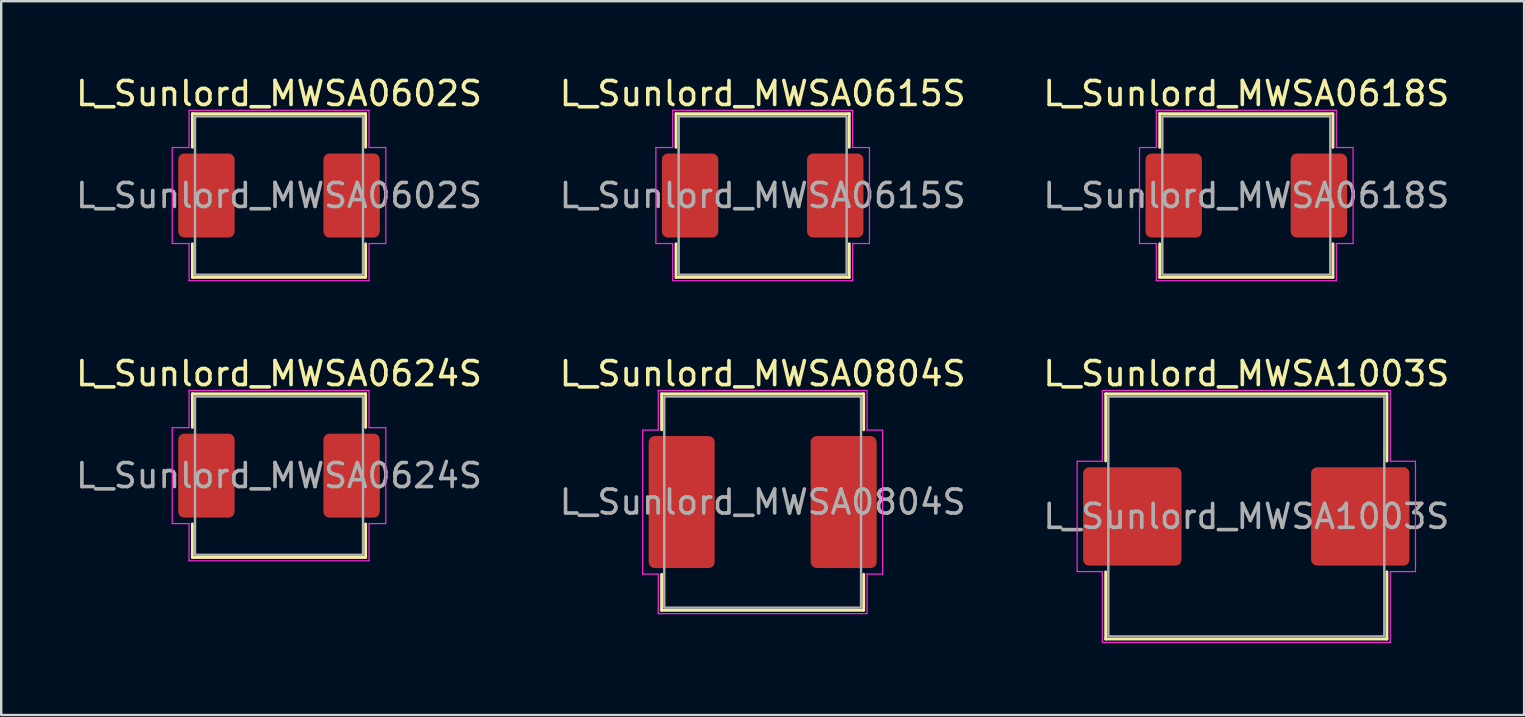
<source format=kicad_pcb>
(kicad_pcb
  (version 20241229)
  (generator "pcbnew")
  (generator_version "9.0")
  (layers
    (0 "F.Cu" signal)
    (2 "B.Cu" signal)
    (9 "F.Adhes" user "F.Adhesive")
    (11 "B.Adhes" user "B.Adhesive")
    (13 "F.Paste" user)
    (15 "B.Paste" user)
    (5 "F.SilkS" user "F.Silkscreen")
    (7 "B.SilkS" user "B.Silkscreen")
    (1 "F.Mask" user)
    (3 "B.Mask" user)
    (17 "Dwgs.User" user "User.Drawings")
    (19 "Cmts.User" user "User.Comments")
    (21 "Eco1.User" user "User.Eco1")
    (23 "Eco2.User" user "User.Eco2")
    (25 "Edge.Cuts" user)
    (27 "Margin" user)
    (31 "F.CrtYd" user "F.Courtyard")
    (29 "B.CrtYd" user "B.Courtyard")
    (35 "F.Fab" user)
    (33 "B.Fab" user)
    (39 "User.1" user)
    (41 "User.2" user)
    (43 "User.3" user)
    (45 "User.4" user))
  (footprint "L_Sunlord_MWSA0602S"
    (layer "F.Cu")
    (at 8.577 5.098)
    (property "Reference" "L_Sunlord_MWSA0602S" (at 0 -4.25 0) (layer "F.SilkS") (effects (font (size 1 1) (thickness 0.15))))
    (attr smd)
    (fp_line (start -3.61 -3.41) (end 3.61 -3.41) (stroke (width 0.12) (type solid)) (layer "F.SilkS"))
    (fp_line (start -3.61 -2.01) (end -3.61 -3.41) (stroke (width 0.12) (type solid)) (layer "F.SilkS"))
    (fp_line (start -3.61 3.41) (end -3.61 2.01) (stroke (width 0.12) (type solid)) (layer "F.SilkS"))
    (fp_line (start 3.61 -3.41) (end 3.61 -2.01) (stroke (width 0.12) (type solid)) (layer "F.SilkS"))
    (fp_line (start 3.61 2.01) (end 3.61 3.41) (stroke (width 0.12) (type solid)) (layer "F.SilkS"))
    (fp_line (start 3.61 3.41) (end -3.61 3.41) (stroke (width 0.12) (type solid)) (layer "F.SilkS"))
    (fp_line (start -4.45 -2) (end -3.75 -2) (stroke (width 0.05) (type solid)) (layer "F.CrtYd"))
    (fp_line (start -4.45 2) (end -4.45 -2) (stroke (width 0.05) (type solid)) (layer "F.CrtYd"))
    (fp_line (start -3.75 -3.55) (end 3.75 -3.55) (stroke (width 0.05) (type solid)) (layer "F.CrtYd"))
    (fp_line (start -3.75 -2) (end -3.75 -3.55) (stroke (width 0.05) (type solid)) (layer "F.CrtYd"))
    (fp_line (start -3.75 2) (end -4.45 2) (stroke (width 0.05) (type solid)) (layer "F.CrtYd"))
    (fp_line (start -3.75 3.55) (end -3.75 2) (stroke (width 0.05) (type solid)) (layer "F.CrtYd"))
    (fp_line (start 3.75 -3.55) (end 3.75 -2) (stroke (width 0.05) (type solid)) (layer "F.CrtYd"))
    (fp_line (start 3.75 -2) (end 4.45 -2) (stroke (width 0.05) (type solid)) (layer "F.CrtYd"))
    (fp_line (start 3.75 2) (end 3.75 3.55) (stroke (width 0.05) (type solid)) (layer "F.CrtYd"))
    (fp_line (start 3.75 3.55) (end -3.75 3.55) (stroke (width 0.05) (type solid)) (layer "F.CrtYd"))
    (fp_line (start 4.45 -2) (end 4.45 2) (stroke (width 0.05) (type solid)) (layer "F.CrtYd"))
    (fp_line (start 4.45 2) (end 3.75 2) (stroke (width 0.05) (type solid)) (layer "F.CrtYd"))
    (fp_rect (start -3.5 -3.3) (end 3.5 3.3) (stroke (width 0.1) (type solid)) (fill no) (layer "F.Fab"))
    (fp_text user "${REFERENCE}" (at 0 0 0) (layer "F.Fab") (effects (font (size 1 1) (thickness 0.15))))
    (pad "1" smd roundrect (at -3.025 0) (size 2.35 3.5) (layers "F.Cu" "F.Mask" "F.Paste") (roundrect_rratio 0.106))
    (pad "2" smd roundrect (at 3.025 0) (size 2.35 3.5) (layers "F.Cu" "F.Mask" "F.Paste") (roundrect_rratio 0.106)))
  (footprint "L_Sunlord_MWSA0804S"
    (layer "F.Cu")
    (at 28.732 17.872)
    (property "Reference" "L_Sunlord_MWSA0804S" (at 0 -5.35 0) (layer "F.SilkS") (effects (font (size 1 1) (thickness 0.15))))
    (attr smd)
    (fp_line (start -4.21 -4.51) (end 4.21 -4.51) (stroke (width 0.12) (type solid)) (layer "F.SilkS"))
    (fp_line (start -4.21 -3.01) (end -4.21 -4.51) (stroke (width 0.12) (type solid)) (layer "F.SilkS"))
    (fp_line (start -4.21 4.51) (end -4.21 3.01) (stroke (width 0.12) (type solid)) (layer "F.SilkS"))
    (fp_line (start 4.21 -4.51) (end 4.21 -3.01) (stroke (width 0.12) (type solid)) (layer "F.SilkS"))
    (fp_line (start 4.21 3.01) (end 4.21 4.51) (stroke (width 0.12) (type solid)) (layer "F.SilkS"))
    (fp_line (start 4.21 4.51) (end -4.21 4.51) (stroke (width 0.12) (type solid)) (layer "F.SilkS"))
    (fp_line (start -5 -3) (end -4.35 -3) (stroke (width 0.05) (type solid)) (layer "F.CrtYd"))
    (fp_line (start -5 3) (end -5 -3) (stroke (width 0.05) (type solid)) (layer "F.CrtYd"))
    (fp_line (start -4.35 -4.65) (end 4.35 -4.65) (stroke (width 0.05) (type solid)) (layer "F.CrtYd"))
    (fp_line (start -4.35 -3) (end -4.35 -4.65) (stroke (width 0.05) (type solid)) (layer "F.CrtYd"))
    (fp_line (start -4.35 3) (end -5 3) (stroke (width 0.05) (type solid)) (layer "F.CrtYd"))
    (fp_line (start -4.35 4.65) (end -4.35 3) (stroke (width 0.05) (type solid)) (layer "F.CrtYd"))
    (fp_line (start 4.35 -4.65) (end 4.35 -3) (stroke (width 0.05) (type solid)) (layer "F.CrtYd"))
    (fp_line (start 4.35 -3) (end 5 -3) (stroke (width 0.05) (type solid)) (layer "F.CrtYd"))
    (fp_line (start 4.35 3) (end 4.35 4.65) (stroke (width 0.05) (type solid)) (layer "F.CrtYd"))
    (fp_line (start 4.35 4.65) (end -4.35 4.65) (stroke (width 0.05) (type solid)) (layer "F.CrtYd"))
    (fp_line (start 5 -3) (end 5 3) (stroke (width 0.05) (type solid)) (layer "F.CrtYd"))
    (fp_line (start 5 3) (end 4.35 3) (stroke (width 0.05) (type solid)) (layer "F.CrtYd"))
    (fp_rect (start -4.1 -4.4) (end 4.1 4.4) (stroke (width 0.1) (type solid)) (fill no) (layer "F.Fab"))
    (fp_text user "${REFERENCE}" (at 0 0 0) (layer "F.Fab") (effects (font (size 1 1) (thickness 0.15))))
    (pad "1" smd roundrect (at -3.375 0) (size 2.75 5.5) (layers "F.Cu" "F.Mask" "F.Paste") (roundrect_rratio 0.091))
    (pad "2" smd roundrect (at 3.375 0) (size 2.75 5.5) (layers "F.Cu" "F.Mask" "F.Paste") (roundrect_rratio 0.091)))
  (footprint "L_Sunlord_MWSA0618S"
    (layer "F.Cu")
    (at 48.887 5.098)
    (property "Reference" "L_Sunlord_MWSA0618S" (at 0 -4.25 0) (layer "F.SilkS") (effects (font (size 1 1) (thickness 0.15))))
    (attr smd)
    (fp_line (start -3.61 -3.41) (end 3.61 -3.41) (stroke (width 0.12) (type solid)) (layer "F.SilkS"))
    (fp_line (start -3.61 -2.01) (end -3.61 -3.41) (stroke (width 0.12) (type solid)) (layer "F.SilkS"))
    (fp_line (start -3.61 3.41) (end -3.61 2.01) (stroke (width 0.12) (type solid)) (layer "F.SilkS"))
    (fp_line (start 3.61 -3.41) (end 3.61 -2.01) (stroke (width 0.12) (type solid)) (layer "F.SilkS"))
    (fp_line (start 3.61 2.01) (end 3.61 3.41) (stroke (width 0.12) (type solid)) (layer "F.SilkS"))
    (fp_line (start 3.61 3.41) (end -3.61 3.41) (stroke (width 0.12) (type solid)) (layer "F.SilkS"))
    (fp_line (start -4.45 -2) (end -3.75 -2) (stroke (width 0.05) (type solid)) (layer "F.CrtYd"))
    (fp_line (start -4.45 2) (end -4.45 -2) (stroke (width 0.05) (type solid)) (layer "F.CrtYd"))
    (fp_line (start -3.75 -3.55) (end 3.75 -3.55) (stroke (width 0.05) (type solid)) (layer "F.CrtYd"))
    (fp_line (start -3.75 -2) (end -3.75 -3.55) (stroke (width 0.05) (type solid)) (layer "F.CrtYd"))
    (fp_line (start -3.75 2) (end -4.45 2) (stroke (width 0.05) (type solid)) (layer "F.CrtYd"))
    (fp_line (start -3.75 3.55) (end -3.75 2) (stroke (width 0.05) (type solid)) (layer "F.CrtYd"))
    (fp_line (start 3.75 -3.55) (end 3.75 -2) (stroke (width 0.05) (type solid)) (layer "F.CrtYd"))
    (fp_line (start 3.75 -2) (end 4.45 -2) (stroke (width 0.05) (type solid)) (layer "F.CrtYd"))
    (fp_line (start 3.75 2) (end 3.75 3.55) (stroke (width 0.05) (type solid)) (layer "F.CrtYd"))
    (fp_line (start 3.75 3.55) (end -3.75 3.55) (stroke (width 0.05) (type solid)) (layer "F.CrtYd"))
    (fp_line (start 4.45 -2) (end 4.45 2) (stroke (width 0.05) (type solid)) (layer "F.CrtYd"))
    (fp_line (start 4.45 2) (end 3.75 2) (stroke (width 0.05) (type solid)) (layer "F.CrtYd"))
    (fp_rect (start -3.5 -3.3) (end 3.5 3.3) (stroke (width 0.1) (type solid)) (fill no) (layer "F.Fab"))
    (fp_text user "${REFERENCE}" (at 0 0 0) (layer "F.Fab") (effects (font (size 1 1) (thickness 0.15))))
    (pad "1" smd roundrect (at -3.025 0) (size 2.35 3.5) (layers "F.Cu" "F.Mask" "F.Paste") (roundrect_rratio 0.106))
    (pad "2" smd roundrect (at 3.025 0) (size 2.35 3.5) (layers "F.Cu" "F.Mask" "F.Paste") (roundrect_rratio 0.106)))
  (footprint "L_Sunlord_MWSA0615S"
    (layer "F.Cu")
    (at 28.732 5.098)
    (property "Reference" "L_Sunlord_MWSA0615S" (at 0 -4.25 0) (layer "F.SilkS") (effects (font (size 1 1) (thickness 0.15))))
    (attr smd)
    (fp_line (start -3.61 -3.41) (end 3.61 -3.41) (stroke (width 0.12) (type solid)) (layer "F.SilkS"))
    (fp_line (start -3.61 -2.01) (end -3.61 -3.41) (stroke (width 0.12) (type solid)) (layer "F.SilkS"))
    (fp_line (start -3.61 3.41) (end -3.61 2.01) (stroke (width 0.12) (type solid)) (layer "F.SilkS"))
    (fp_line (start 3.61 -3.41) (end 3.61 -2.01) (stroke (width 0.12) (type solid)) (layer "F.SilkS"))
    (fp_line (start 3.61 2.01) (end 3.61 3.41) (stroke (width 0.12) (type solid)) (layer "F.SilkS"))
    (fp_line (start 3.61 3.41) (end -3.61 3.41) (stroke (width 0.12) (type solid)) (layer "F.SilkS"))
    (fp_line (start -4.45 -2) (end -3.75 -2) (stroke (width 0.05) (type solid)) (layer "F.CrtYd"))
    (fp_line (start -4.45 2) (end -4.45 -2) (stroke (width 0.05) (type solid)) (layer "F.CrtYd"))
    (fp_line (start -3.75 -3.55) (end 3.75 -3.55) (stroke (width 0.05) (type solid)) (layer "F.CrtYd"))
    (fp_line (start -3.75 -2) (end -3.75 -3.55) (stroke (width 0.05) (type solid)) (layer "F.CrtYd"))
    (fp_line (start -3.75 2) (end -4.45 2) (stroke (width 0.05) (type solid)) (layer "F.CrtYd"))
    (fp_line (start -3.75 3.55) (end -3.75 2) (stroke (width 0.05) (type solid)) (layer "F.CrtYd"))
    (fp_line (start 3.75 -3.55) (end 3.75 -2) (stroke (width 0.05) (type solid)) (layer "F.CrtYd"))
    (fp_line (start 3.75 -2) (end 4.45 -2) (stroke (width 0.05) (type solid)) (layer "F.CrtYd"))
    (fp_line (start 3.75 2) (end 3.75 3.55) (stroke (width 0.05) (type solid)) (layer "F.CrtYd"))
    (fp_line (start 3.75 3.55) (end -3.75 3.55) (stroke (width 0.05) (type solid)) (layer "F.CrtYd"))
    (fp_line (start 4.45 -2) (end 4.45 2) (stroke (width 0.05) (type solid)) (layer "F.CrtYd"))
    (fp_line (start 4.45 2) (end 3.75 2) (stroke (width 0.05) (type solid)) (layer "F.CrtYd"))
    (fp_rect (start -3.5 -3.3) (end 3.5 3.3) (stroke (width 0.1) (type solid)) (fill no) (layer "F.Fab"))
    (fp_text user "${REFERENCE}" (at 0 0 0) (layer "F.Fab") (effects (font (size 1 1) (thickness 0.15))))
    (pad "1" smd roundrect (at -3.025 0) (size 2.35 3.5) (layers "F.Cu" "F.Mask" "F.Paste") (roundrect_rratio 0.106))
    (pad "2" smd roundrect (at 3.025 0) (size 2.35 3.5) (layers "F.Cu" "F.Mask" "F.Paste") (roundrect_rratio 0.106)))
  (footprint "L_Sunlord_MWSA0624S"
    (layer "F.Cu")
    (at 8.577 16.771)
    (property "Reference" "L_Sunlord_MWSA0624S" (at 0 -4.25 0) (layer "F.SilkS") (effects (font (size 1 1) (thickness 0.15))))
    (attr smd)
    (fp_line (start -3.61 -3.41) (end 3.61 -3.41) (stroke (width 0.12) (type solid)) (layer "F.SilkS"))
    (fp_line (start -3.61 -2.01) (end -3.61 -3.41) (stroke (width 0.12) (type solid)) (layer "F.SilkS"))
    (fp_line (start -3.61 3.41) (end -3.61 2.01) (stroke (width 0.12) (type solid)) (layer "F.SilkS"))
    (fp_line (start 3.61 -3.41) (end 3.61 -2.01) (stroke (width 0.12) (type solid)) (layer "F.SilkS"))
    (fp_line (start 3.61 2.01) (end 3.61 3.41) (stroke (width 0.12) (type solid)) (layer "F.SilkS"))
    (fp_line (start 3.61 3.41) (end -3.61 3.41) (stroke (width 0.12) (type solid)) (layer "F.SilkS"))
    (fp_line (start -4.45 -2) (end -3.75 -2) (stroke (width 0.05) (type solid)) (layer "F.CrtYd"))
    (fp_line (start -4.45 2) (end -4.45 -2) (stroke (width 0.05) (type solid)) (layer "F.CrtYd"))
    (fp_line (start -3.75 -3.55) (end 3.75 -3.55) (stroke (width 0.05) (type solid)) (layer "F.CrtYd"))
    (fp_line (start -3.75 -2) (end -3.75 -3.55) (stroke (width 0.05) (type solid)) (layer "F.CrtYd"))
    (fp_line (start -3.75 2) (end -4.45 2) (stroke (width 0.05) (type solid)) (layer "F.CrtYd"))
    (fp_line (start -3.75 3.55) (end -3.75 2) (stroke (width 0.05) (type solid)) (layer "F.CrtYd"))
    (fp_line (start 3.75 -3.55) (end 3.75 -2) (stroke (width 0.05) (type solid)) (layer "F.CrtYd"))
    (fp_line (start 3.75 -2) (end 4.45 -2) (stroke (width 0.05) (type solid)) (layer "F.CrtYd"))
    (fp_line (start 3.75 2) (end 3.75 3.55) (stroke (width 0.05) (type solid)) (layer "F.CrtYd"))
    (fp_line (start 3.75 3.55) (end -3.75 3.55) (stroke (width 0.05) (type solid)) (layer "F.CrtYd"))
    (fp_line (start 4.45 -2) (end 4.45 2) (stroke (width 0.05) (type solid)) (layer "F.CrtYd"))
    (fp_line (start 4.45 2) (end 3.75 2) (stroke (width 0.05) (type solid)) (layer "F.CrtYd"))
    (fp_rect (start -3.5 -3.3) (end 3.5 3.3) (stroke (width 0.1) (type solid)) (fill no) (layer "F.Fab"))
    (fp_text user "${REFERENCE}" (at 0 0 0) (layer "F.Fab") (effects (font (size 1 1) (thickness 0.15))))
    (pad "1" smd roundrect (at -3.025 0) (size 2.35 3.5) (layers "F.Cu" "F.Mask" "F.Paste") (roundrect_rratio 0.106))
    (pad "2" smd roundrect (at 3.025 0) (size 2.35 3.5) (layers "F.Cu" "F.Mask" "F.Paste") (roundrect_rratio 0.106)))
  (footprint "L_Sunlord_MWSA1003S"
    (layer "F.Cu")
    (at 48.887 18.471)
    (property "Reference" "L_Sunlord_MWSA1003S" (at 0 -5.95 0) (layer "F.SilkS") (effects (font (size 1 1) (thickness 0.15))))
    (attr smd)
    (fp_line (start -5.86 -5.11) (end 5.86 -5.11) (stroke (width 0.12) (type solid)) (layer "F.SilkS"))
    (fp_line (start -5.86 -2.31) (end -5.86 -5.11) (stroke (width 0.12) (type solid)) (layer "F.SilkS"))
    (fp_line (start -5.86 5.11) (end -5.86 2.31) (stroke (width 0.12) (type solid)) (layer "F.SilkS"))
    (fp_line (start 5.86 -5.11) (end 5.86 -2.31) (stroke (width 0.12) (type solid)) (layer "F.SilkS"))
    (fp_line (start 5.86 2.31) (end 5.86 5.11) (stroke (width 0.12) (type solid)) (layer "F.SilkS"))
    (fp_line (start 5.86 5.11) (end -5.86 5.11) (stroke (width 0.12) (type solid)) (layer "F.SilkS"))
    (fp_line (start -7.05 -2.3) (end -6 -2.3) (stroke (width 0.05) (type solid)) (layer "F.CrtYd"))
    (fp_line (start -7.05 2.3) (end -7.05 -2.3) (stroke (width 0.05) (type solid)) (layer "F.CrtYd"))
    (fp_line (start -6 -5.25) (end 6 -5.25) (stroke (width 0.05) (type solid)) (layer "F.CrtYd"))
    (fp_line (start -6 -2.3) (end -6 -5.25) (stroke (width 0.05) (type solid)) (layer "F.CrtYd"))
    (fp_line (start -6 2.3) (end -7.05 2.3) (stroke (width 0.05) (type solid)) (layer "F.CrtYd"))
    (fp_line (start -6 5.25) (end -6 2.3) (stroke (width 0.05) (type solid)) (layer "F.CrtYd"))
    (fp_line (start 6 -5.25) (end 6 -2.3) (stroke (width 0.05) (type solid)) (layer "F.CrtYd"))
    (fp_line (start 6 -2.3) (end 7.05 -2.3) (stroke (width 0.05) (type solid)) (layer "F.CrtYd"))
    (fp_line (start 6 2.3) (end 6 5.25) (stroke (width 0.05) (type solid)) (layer "F.CrtYd"))
    (fp_line (start 6 5.25) (end -6 5.25) (stroke (width 0.05) (type solid)) (layer "F.CrtYd"))
    (fp_line (start 7.05 -2.3) (end 7.05 2.3) (stroke (width 0.05) (type solid)) (layer "F.CrtYd"))
    (fp_line (start 7.05 2.3) (end 6 2.3) (stroke (width 0.05) (type solid)) (layer "F.CrtYd"))
    (fp_rect (start -5.75 -5) (end 5.75 5) (stroke (width 0.1) (type solid)) (fill no) (layer "F.Fab"))
    (fp_text user "${REFERENCE}" (at 0 0 0) (layer "F.Fab") (effects (font (size 1 1) (thickness 0.15))))
    (pad "1" smd roundrect (at -4.75 0) (size 4.1 4.1) (layers "F.Cu" "F.Mask" "F.Paste") (roundrect_rratio 0.061))
    (pad "2" smd roundrect (at 4.75 0) (size 4.1 4.1) (layers "F.Cu" "F.Mask" "F.Paste") (roundrect_rratio 0.061)))
  (gr_rect
    (start -3 -3)
    (end 60.464 26.747)
    (stroke (width 0.1) (type default))
    (fill no)
    (layer "Edge.Cuts")))
</source>
